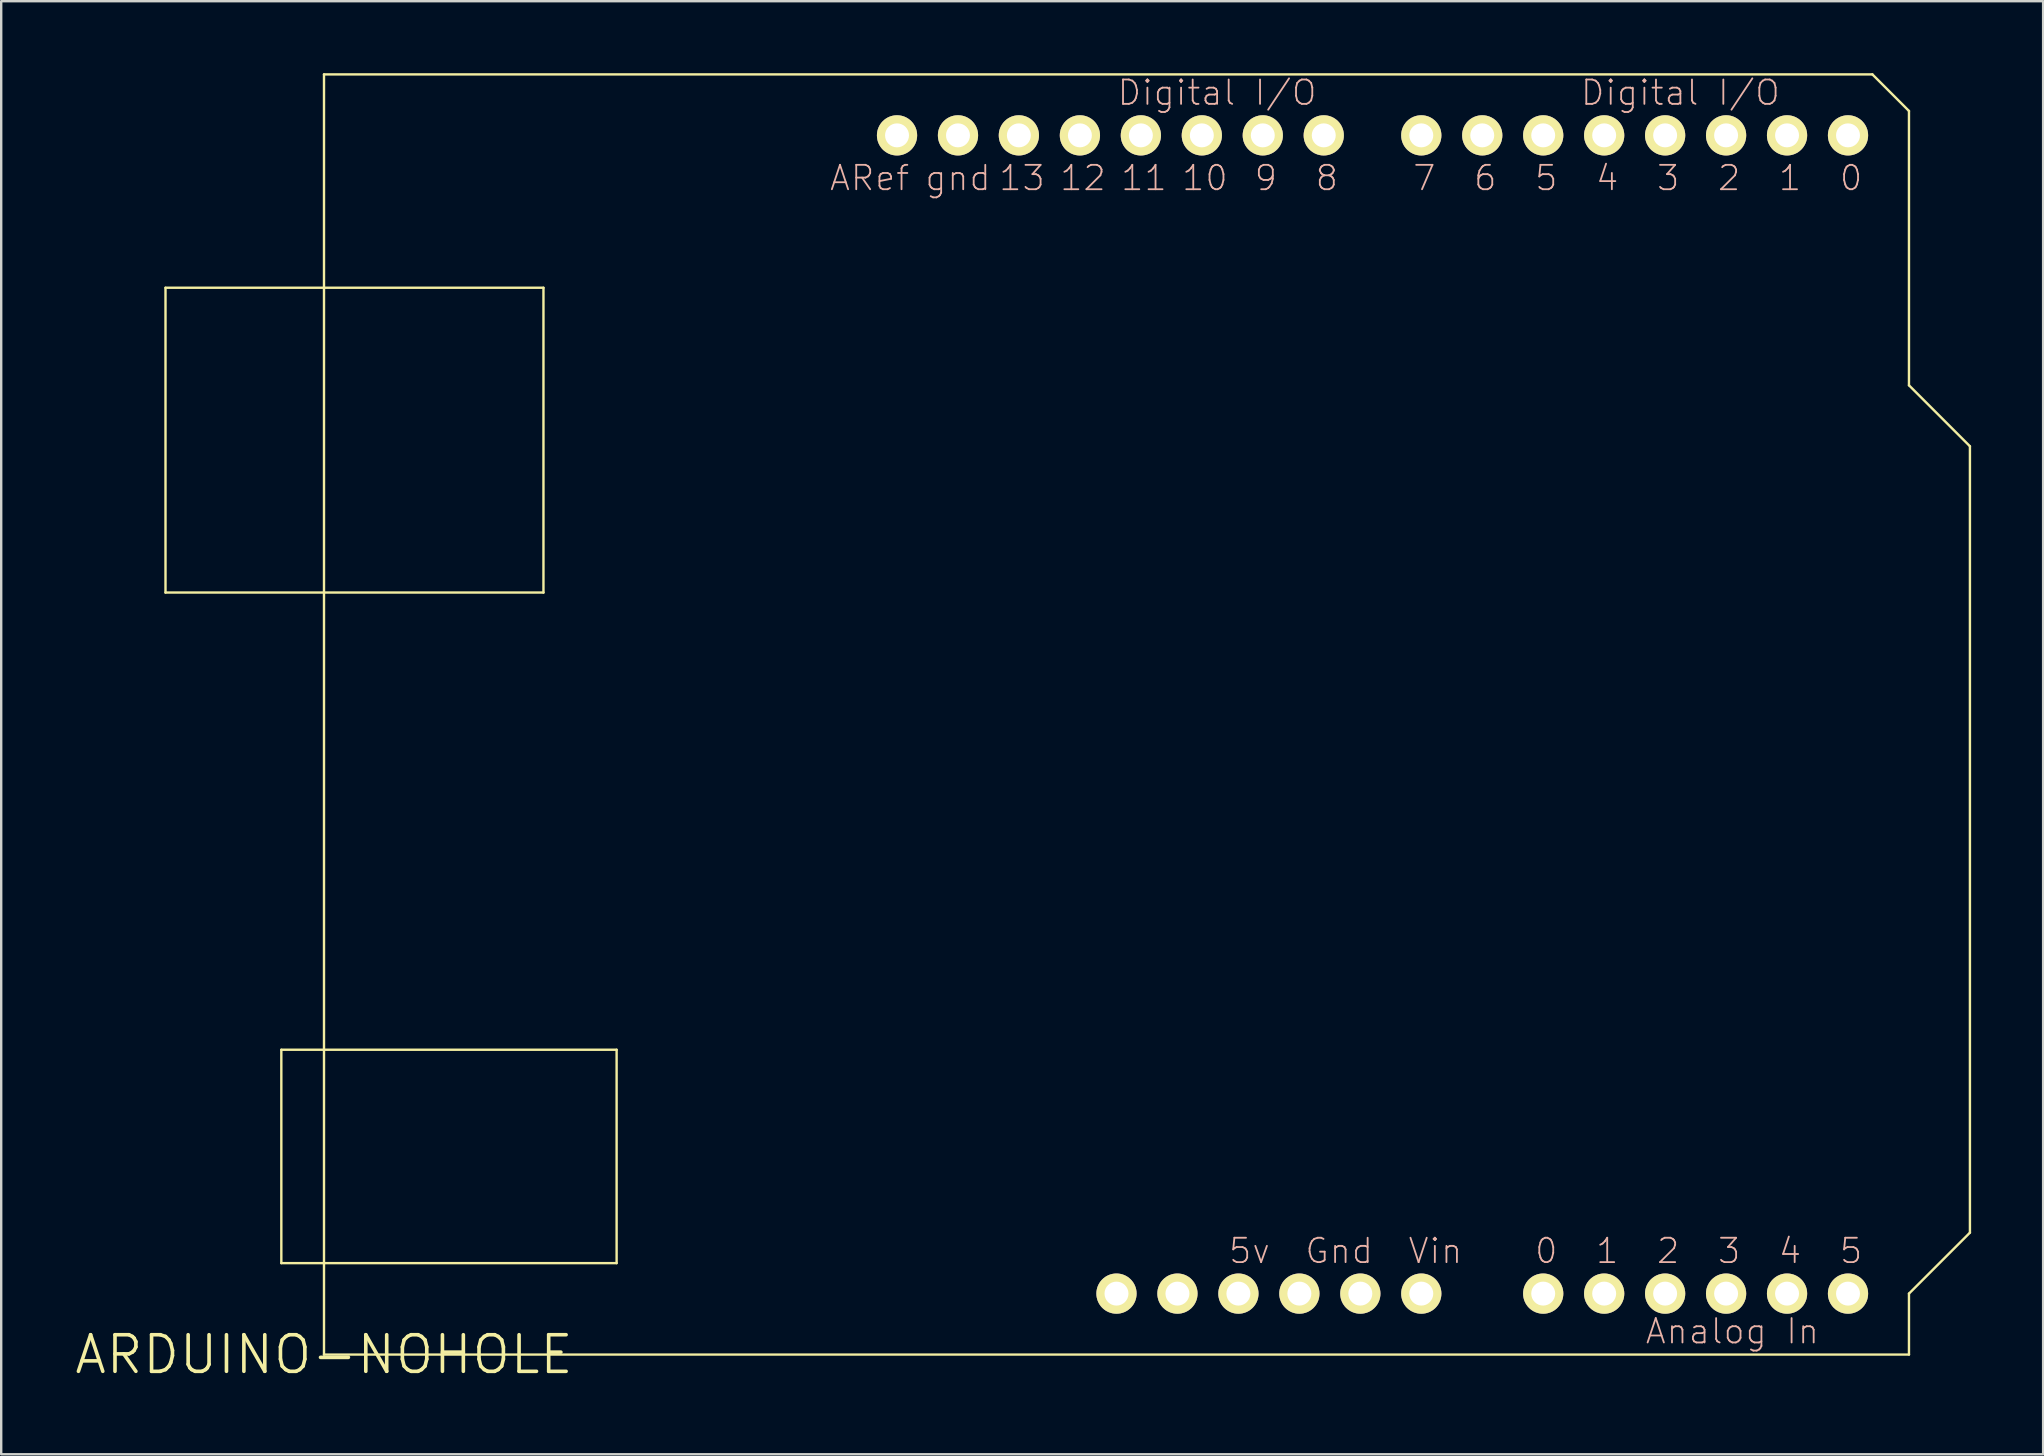
<source format=kicad_pcb>
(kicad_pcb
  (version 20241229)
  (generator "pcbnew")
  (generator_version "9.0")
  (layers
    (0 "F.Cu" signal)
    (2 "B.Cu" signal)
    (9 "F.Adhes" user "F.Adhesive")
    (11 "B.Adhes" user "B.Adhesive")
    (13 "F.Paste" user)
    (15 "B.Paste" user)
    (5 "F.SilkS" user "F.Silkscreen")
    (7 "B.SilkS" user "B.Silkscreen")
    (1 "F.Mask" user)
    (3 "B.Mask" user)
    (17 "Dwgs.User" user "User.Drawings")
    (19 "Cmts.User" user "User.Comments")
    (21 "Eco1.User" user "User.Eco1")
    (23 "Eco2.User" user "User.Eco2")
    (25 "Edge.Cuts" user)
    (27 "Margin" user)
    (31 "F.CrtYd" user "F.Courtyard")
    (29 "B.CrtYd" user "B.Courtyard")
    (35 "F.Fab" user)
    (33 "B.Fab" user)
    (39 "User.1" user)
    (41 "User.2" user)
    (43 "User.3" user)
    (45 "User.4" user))
  (footprint "ARDUINO-NOHOLE"
    (layer "F.Cu")
    (at 10.45 53.39)
    (property "Reference" "ARDUINO-NOHOLE" (at 0 0 0) (layer "F.SilkS") (effects (font (size 1.524 1.524) (thickness 0.15))))
    (attr exclude_from_pos_files exclude_from_bom)
    (fp_line (start -6.604 -44.45) (end -6.604 -31.75) (stroke (width 0.1) (type solid)) (layer "F.SilkS"))
    (fp_line (start -6.604 -31.75) (end 9.144 -31.75) (stroke (width 0.1) (type solid)) (layer "F.SilkS"))
    (fp_line (start -1.778 -12.7) (end -1.778 -3.81) (stroke (width 0.1) (type solid)) (layer "F.SilkS"))
    (fp_line (start -1.778 -3.81) (end 12.192 -3.81) (stroke (width 0.1) (type solid)) (layer "F.SilkS"))
    (fp_line (start 0 -53.34) (end 0 0) (stroke (width 0.1) (type solid)) (layer "F.SilkS"))
    (fp_line (start 0 0) (end 66.04 0) (stroke (width 0.1) (type solid)) (layer "F.SilkS"))
    (fp_line (start 9.144 -44.45) (end -6.604 -44.45) (stroke (width 0.1) (type solid)) (layer "F.SilkS"))
    (fp_line (start 9.144 -31.75) (end 9.144 -44.45) (stroke (width 0.1) (type solid)) (layer "F.SilkS"))
    (fp_line (start 12.192 -12.7) (end -1.778 -12.7) (stroke (width 0.1) (type solid)) (layer "F.SilkS"))
    (fp_line (start 12.192 -3.81) (end 12.192 -12.7) (stroke (width 0.1) (type solid)) (layer "F.SilkS"))
    (fp_line (start 64.516 -53.34) (end 0 -53.34) (stroke (width 0.1) (type solid)) (layer "F.SilkS"))
    (fp_line (start 66.04 -51.816) (end 64.516 -53.34) (stroke (width 0.1) (type solid)) (layer "F.SilkS"))
    (fp_line (start 66.04 -40.386) (end 66.04 -51.816) (stroke (width 0.1) (type solid)) (layer "F.SilkS"))
    (fp_line (start 66.04 -2.54) (end 68.58 -5.08) (stroke (width 0.1) (type solid)) (layer "F.SilkS"))
    (fp_line (start 66.04 0) (end 66.04 -2.54) (stroke (width 0.1) (type solid)) (layer "F.SilkS"))
    (fp_line (start 68.58 -37.846) (end 66.04 -40.386) (stroke (width 0.1) (type solid)) (layer "F.SilkS"))
    (fp_line (start 68.58 -5.08) (end 68.58 -37.846) (stroke (width 0.1) (type solid)) (layer "F.SilkS"))
    (fp_text user "2" (at 56.007 -4.318 0) (layer "B.SilkS") (effects (font (size 1.016 1.016) (thickness 0.076))))
    (fp_text user "4" (at 61.084 -4.318 0) (layer "B.SilkS") (effects (font (size 1.016 1.016) (thickness 0.076))))
    (fp_text user "3" (at 56.007 -49.022 180) (layer "B.SilkS") (effects (font (size 1.016 1.016) (thickness 0.076))))
    (fp_text user "0" (at 50.927 -4.318 0) (layer "B.SilkS") (effects (font (size 1.016 1.016) (thickness 0.076))))
    (fp_text user "9" (at 39.243 -49.022 180) (layer "B.SilkS") (effects (font (size 1.016 1.016) (thickness 0.076))))
    (fp_text user "5v" (at 38.562 -4.318 0) (layer "B.SilkS") (effects (font (size 1.016 1.016) (thickness 0.076))))
    (fp_text user "3" (at 58.547 -4.318 0) (layer "B.SilkS") (effects (font (size 1.016 1.016) (thickness 0.076))))
    (fp_text user "13" (at 29.083 -49.022 180) (layer "B.SilkS") (effects (font (size 1.016 1.016) (thickness 0.076))))
    (fp_text user "Analog In" (at 58.682 -0.97 0) (layer "B.SilkS") (effects (font (size 1.016 1.016) (thickness 0.076))))
    (fp_text user "12" (at 31.623 -49.022 180) (layer "B.SilkS") (effects (font (size 1.016 1.016) (thickness 0.076))))
    (fp_text user "2" (at 58.547 -49.022 180) (layer "B.SilkS") (effects (font (size 1.016 1.016) (thickness 0.076))))
    (fp_text user "Gnd" (at 42.299 -4.318 0) (layer "B.SilkS") (effects (font (size 1.016 1.016) (thickness 0.076))))
    (fp_text user "0" (at 63.627 -49.022 180) (layer "B.SilkS") (effects (font (size 1.016 1.016) (thickness 0.076))))
    (fp_text user "11" (at 34.163 -49.022 180) (layer "B.SilkS") (effects (font (size 1.016 1.016) (thickness 0.076))))
    (fp_text user "1" (at 53.467 -4.318 0) (layer "B.SilkS") (effects (font (size 1.016 1.016) (thickness 0.076))))
    (fp_text user "5" (at 50.927 -49.022 180) (layer "B.SilkS") (effects (font (size 1.016 1.016) (thickness 0.076))))
    (fp_text user "ARef" (at 22.733 -49.022 180) (layer "B.SilkS") (effects (font (size 1.016 1.016) (thickness 0.076))))
    (fp_text user "6" (at 48.387 -49.022 180) (layer "B.SilkS") (effects (font (size 1.016 1.016) (thickness 0.076))))
    (fp_text user "10" (at 36.703 -49.022 180) (layer "B.SilkS") (effects (font (size 1.016 1.016) (thickness 0.076))))
    (fp_text user "1" (at 61.084 -49.022 180) (layer "B.SilkS") (effects (font (size 1.016 1.016) (thickness 0.076))))
    (fp_text user "gnd" (at 26.416 -49.022 180) (layer "B.SilkS") (effects (font (size 1.016 1.016) (thickness 0.076))))
    (fp_text user "Vin" (at 46.309 -4.318 0) (layer "B.SilkS") (effects (font (size 1.016 1.016) (thickness 0.076))))
    (fp_text user "5" (at 63.627 -4.318 0) (layer "B.SilkS") (effects (font (size 1.016 1.016) (thickness 0.076))))
    (fp_text user "4" (at 53.467 -49.022 180) (layer "B.SilkS") (effects (font (size 1.016 1.016) (thickness 0.076))))
    (fp_text user "Digital I/O" (at 37.211 -52.578 0) (layer "B.SilkS") (effects (font (size 1.016 1.016) (thickness 0.076))))
    (fp_text user "Digital I/O" (at 56.515 -52.578 0) (layer "B.SilkS") (effects (font (size 1.016 1.016) (thickness 0.076))))
    (fp_text user "7" (at 45.847 -49.022 180) (layer "B.SilkS") (effects (font (size 1.016 1.016) (thickness 0.076))))
    (fp_text user "8" (at 41.783 -49.022 180) (layer "B.SilkS") (effects (font (size 1.016 1.016) (thickness 0.076))))
    (pad "3V" thru_hole circle (at 35.56 -2.54) (size 1.676 1.676) (drill 0.998) (layers "*.Cu" "F.Mask" "F.SilkS" "F.Paste"))
    (pad "5V" thru_hole circle (at 38.1 -2.54) (size 1.676 1.676) (drill 0.998) (layers "*.Cu" "F.Mask" "F.SilkS" "F.Paste"))
    (pad "A0" thru_hole circle (at 50.8 -2.54) (size 1.676 1.676) (drill 0.998) (layers "*.Cu" "F.Mask" "F.SilkS" "F.Paste"))
    (pad "A1" thru_hole circle (at 53.34 -2.54) (size 1.676 1.676) (drill 0.998) (layers "*.Cu" "F.Mask" "F.SilkS" "F.Paste"))
    (pad "A2" thru_hole circle (at 55.88 -2.54) (size 1.676 1.676) (drill 0.998) (layers "*.Cu" "F.Mask" "F.SilkS" "F.Paste"))
    (pad "A3" thru_hole circle (at 58.42 -2.54) (size 1.676 1.676) (drill 0.998) (layers "*.Cu" "F.Mask" "F.SilkS" "F.Paste"))
    (pad "A4" thru_hole circle (at 60.96 -2.54) (size 1.676 1.676) (drill 0.998) (layers "*.Cu" "F.Mask" "F.SilkS" "F.Paste"))
    (pad "A5" thru_hole circle (at 63.5 -2.54) (size 1.676 1.676) (drill 0.998) (layers "*.Cu" "F.Mask" "F.SilkS" "F.Paste"))
    (pad "AREF" thru_hole circle (at 23.876 -50.8) (size 1.676 1.676) (drill 0.998) (layers "*.Cu" "F.Mask" "F.SilkS" "F.Paste"))
    (pad "D0" thru_hole circle (at 63.5 -50.8) (size 1.676 1.676) (drill 0.998) (layers "*.Cu" "F.Mask" "F.SilkS" "F.Paste"))
    (pad "D1" thru_hole circle (at 60.96 -50.8) (size 1.676 1.676) (drill 0.998) (layers "*.Cu" "F.Mask" "F.SilkS" "F.Paste"))
    (pad "D2" thru_hole circle (at 58.42 -50.8) (size 1.676 1.676) (drill 0.998) (layers "*.Cu" "F.Mask" "F.SilkS" "F.Paste"))
    (pad "D3" thru_hole circle (at 55.88 -50.8) (size 1.676 1.676) (drill 0.998) (layers "*.Cu" "F.Mask" "F.SilkS" "F.Paste"))
    (pad "D4" thru_hole circle (at 53.34 -50.8) (size 1.676 1.676) (drill 0.998) (layers "*.Cu" "F.Mask" "F.SilkS" "F.Paste"))
    (pad "D5" thru_hole circle (at 50.8 -50.8) (size 1.676 1.676) (drill 0.998) (layers "*.Cu" "F.Mask" "F.SilkS" "F.Paste"))
    (pad "D6" thru_hole circle (at 48.26 -50.8) (size 1.676 1.676) (drill 0.998) (layers "*.Cu" "F.Mask" "F.SilkS" "F.Paste"))
    (pad "D7" thru_hole circle (at 45.72 -50.8) (size 1.676 1.676) (drill 0.998) (layers "*.Cu" "F.Mask" "F.SilkS" "F.Paste"))
    (pad "D8" thru_hole circle (at 41.656 -50.8) (size 1.676 1.676) (drill 0.998) (layers "*.Cu" "F.Mask" "F.SilkS" "F.Paste"))
    (pad "D9" thru_hole circle (at 39.116 -50.8) (size 1.676 1.676) (drill 0.998) (layers "*.Cu" "F.Mask" "F.SilkS" "F.Paste"))
    (pad "D10" thru_hole circle (at 36.576 -50.8) (size 1.676 1.676) (drill 0.998) (layers "*.Cu" "F.Mask" "F.SilkS" "F.Paste"))
    (pad "D11" thru_hole circle (at 34.036 -50.8) (size 1.676 1.676) (drill 0.998) (layers "*.Cu" "F.Mask" "F.SilkS" "F.Paste"))
    (pad "D12" thru_hole circle (at 31.496 -50.8) (size 1.676 1.676) (drill 0.998) (layers "*.Cu" "F.Mask" "F.SilkS" "F.Paste"))
    (pad "D13" thru_hole circle (at 28.953 -50.8) (size 1.676 1.676) (drill 0.998) (layers "*.Cu" "F.Mask" "F.SilkS" "F.Paste"))
    (pad "GND" thru_hole circle (at 26.416 -50.8) (size 1.676 1.676) (drill 0.998) (layers "*.Cu" "F.Mask" "F.SilkS" "F.Paste"))
    (pad "GND1" thru_hole circle (at 43.18 -2.54) (size 1.676 1.676) (drill 0.998) (layers "*.Cu" "F.Mask" "F.SilkS" "F.Paste"))
    (pad "GND2" thru_hole circle (at 40.64 -2.54) (size 1.676 1.676) (drill 0.998) (layers "*.Cu" "F.Mask" "F.SilkS" "F.Paste"))
    (pad "RESE" thru_hole circle (at 33.02 -2.54) (size 1.676 1.676) (drill 0.998) (layers "*.Cu" "F.Mask" "F.SilkS" "F.Paste"))
    (pad "VIN" thru_hole circle (at 45.72 -2.54) (size 1.676 1.676) (drill 0.998) (layers "*.Cu" "F.Mask" "F.SilkS" "F.Paste")))
  (gr_rect
    (start -3 -3)
    (end 82.08 57.545)
    (stroke (width 0.1) (type default))
    (fill no)
    (layer "Edge.Cuts")))
</source>
